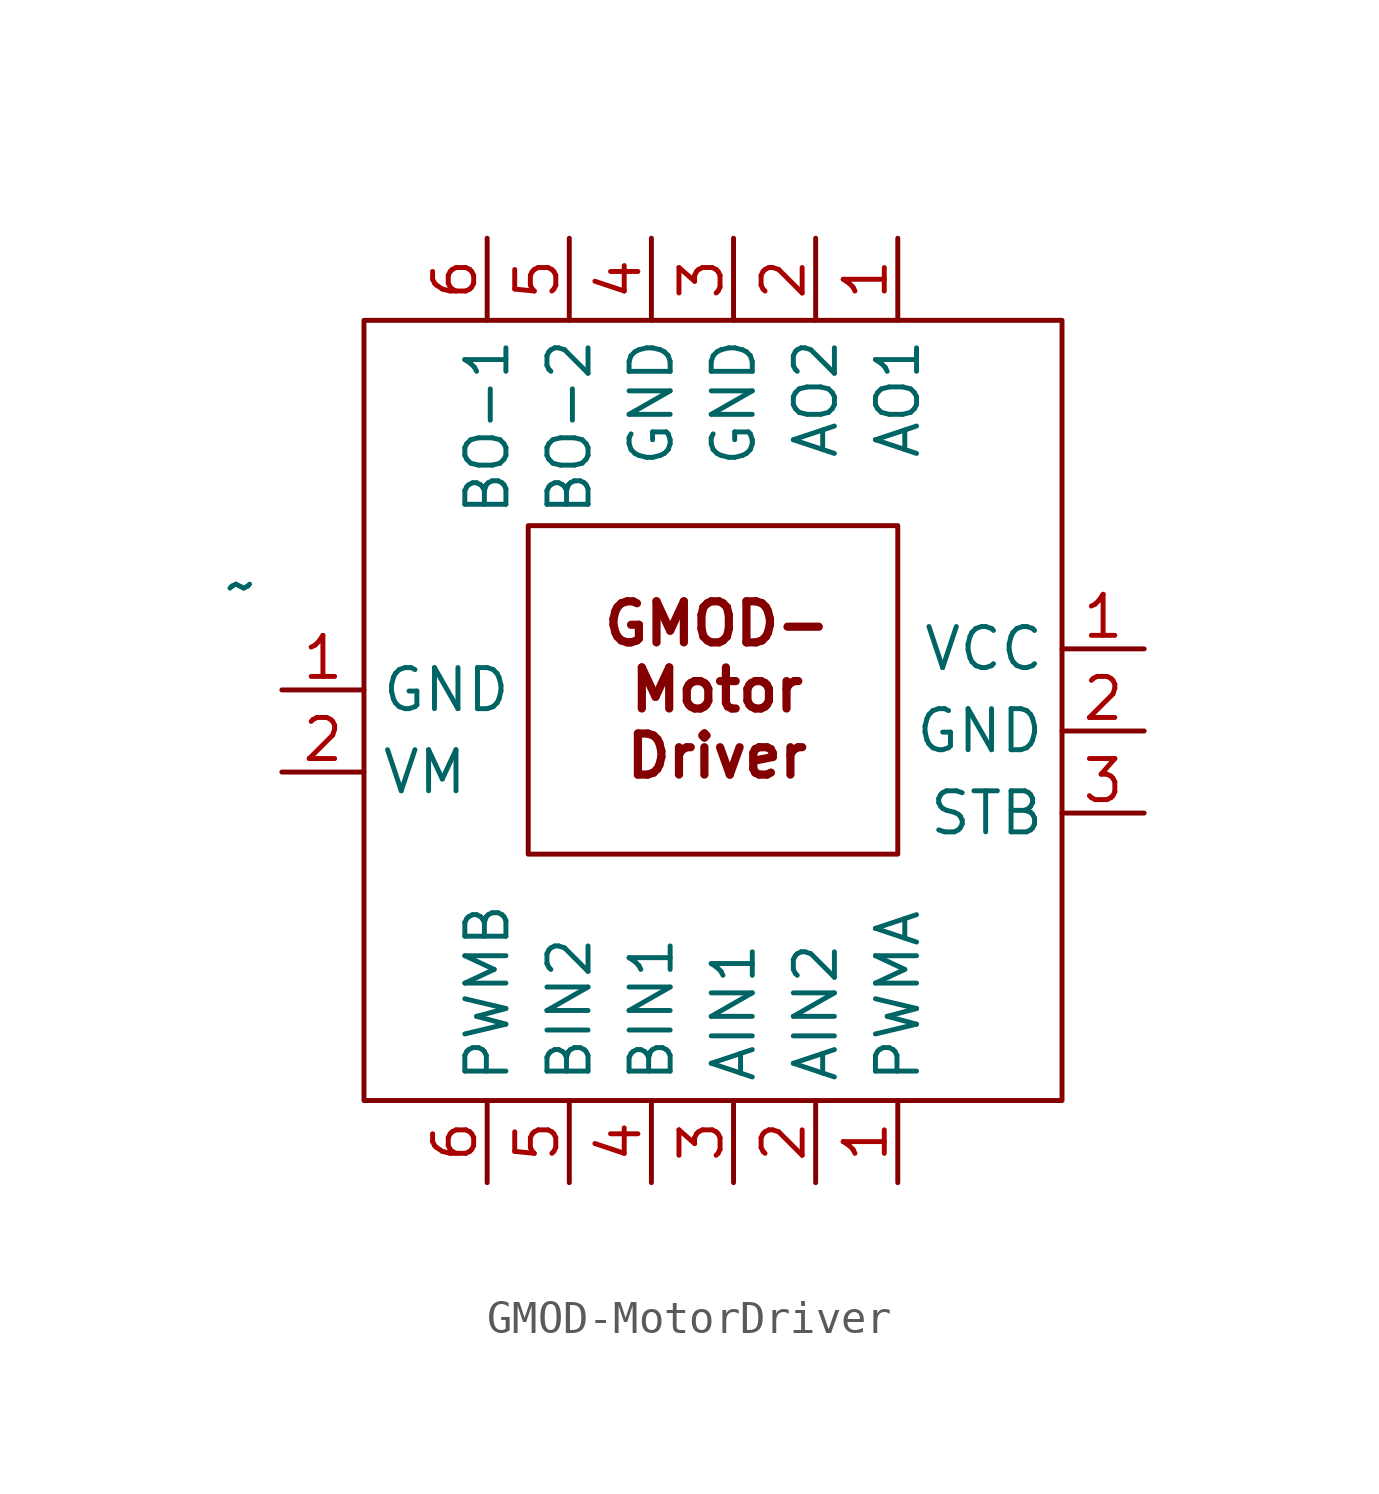
<source format=kicad_sym>
(kicad_symbol_lib
  (version 20241209)
  (generator "kicad_symbol_editor")
  (generator_version "9.0")
  (symbol "GMOD-MotorDriver"
    (property "Reference" "U13"
      (at -185.42 -1.2 0)
      (effects (font (size 1.27 1.27)) (hide yes)))
    (property "Value" "~"
      (at -185.42 -3.105 0)
      (effects (font (size 1.27 1.27))))
    (symbol "GMOD-MotorDriver_0_1"
      (rectangle (start -181.61 5.08) (end -160.02 -19.05) (stroke (width 0) (type default)) (fill (type none)))
      (rectangle (start -176.53 -1.27) (end -165.1 -11.43) (stroke (width 0) (type default)) (fill (type none))))
    (symbol "GMOD-MotorDriver_1_1"
      (text "GMOD-\nMotor\nDriver" (at -170.688 -6.35 0) (effects (font (size 1.27 1.27) (thickness 0.254) (bold yes))))
      (pin power_in line (at -184.15 -6.35 0) (length 2.54) (name "GND" (effects (font (size 1.27 1.27)))) (number "1" (effects (font (size 1.27 1.27)))))
      (pin bidirectional line (at -184.15 -8.89 0) (length 2.54) (name "VM" (effects (font (size 1.27 1.27)))) (number "2" (effects (font (size 1.27 1.27)))))
      (pin bidirectional line (at -177.8 7.62 270) (length 2.54) (name "BO-1" (effects (font (size 1.27 1.27)))) (number "6" (effects (font (size 1.27 1.27)))))
      (pin bidirectional line (at -177.8 -21.59 90) (length 2.54) (name "PWMB" (effects (font (size 1.27 1.27)))) (number "6" (effects (font (size 1.27 1.27)))))
      (pin bidirectional line (at -175.26 7.62 270) (length 2.54) (name "BO-2" (effects (font (size 1.27 1.27)))) (number "5" (effects (font (size 1.27 1.27)))))
      (pin bidirectional line (at -175.26 -21.59 90) (length 2.54) (name "BIN2" (effects (font (size 1.27 1.27)))) (number "5" (effects (font (size 1.27 1.27)))))
      (pin power_in line (at -172.72 7.62 270) (length 2.54) (name "GND" (effects (font (size 1.27 1.27)))) (number "4" (effects (font (size 1.27 1.27)))))
      (pin bidirectional line (at -172.72 -21.59 90) (length 2.54) (name "BIN1" (effects (font (size 1.27 1.27)))) (number "4" (effects (font (size 1.27 1.27)))))
      (pin power_in line (at -170.18 7.62 270) (length 2.54) (name "GND" (effects (font (size 1.27 1.27)))) (number "3" (effects (font (size 1.27 1.27)))))
      (pin bidirectional line (at -170.18 -21.59 90) (length 2.54) (name "AIN1" (effects (font (size 1.27 1.27)))) (number "3" (effects (font (size 1.27 1.27)))))
      (pin bidirectional line (at -167.64 7.62 270) (length 2.54) (name "AO2" (effects (font (size 1.27 1.27)))) (number "2" (effects (font (size 1.27 1.27)))))
      (pin bidirectional line (at -167.64 -21.59 90) (length 2.54) (name "AIN2" (effects (font (size 1.27 1.27)))) (number "2" (effects (font (size 1.27 1.27)))))
      (pin bidirectional line (at -165.1 7.62 270) (length 2.54) (name "AO1" (effects (font (size 1.27 1.27)))) (number "1" (effects (font (size 1.27 1.27)))))
      (pin bidirectional line (at -165.1 -21.59 90) (length 2.54) (name "PWMA" (effects (font (size 1.27 1.27)))) (number "1" (effects (font (size 1.27 1.27)))))
      (pin power_in line (at -157.48 -5.08 180) (length 2.54) (name "VCC" (effects (font (size 1.27 1.27)))) (number "1" (effects (font (size 1.27 1.27)))))
      (pin power_in line (at -157.48 -7.62 180) (length 2.54) (name "GND" (effects (font (size 1.27 1.27)))) (number "2" (effects (font (size 1.27 1.27)))))
      (pin bidirectional line (at -157.48 -10.16 180) (length 2.54) (name "STB" (effects (font (size 1.27 1.27)))) (number "3" (effects (font (size 1.27 1.27))))))))
</source>
